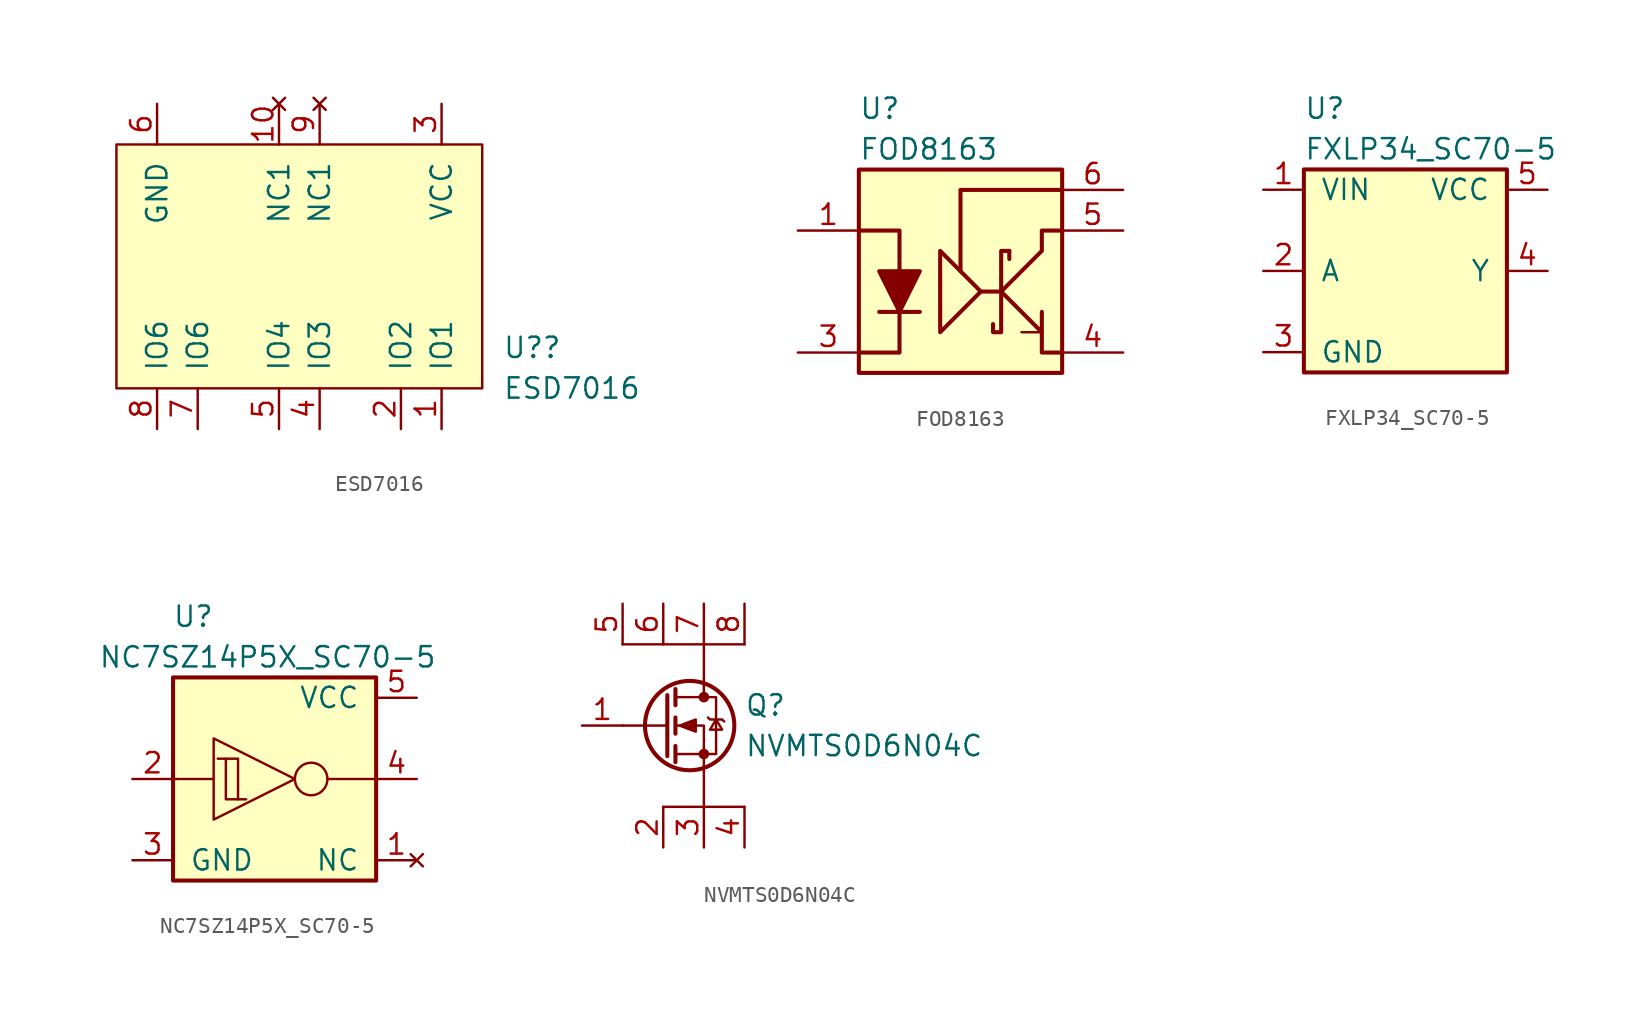
<source format=kicad_sym>
(kicad_symbol_lib
  (version 20211014)
  (generator kicad_symbol_editor)
  (symbol "ESD7016"
    (pin_names
      (offset 1.016))
    (property "Reference" "U?"
      (at 12.7 -5.08 0)
      (effects (font (size 1.27 1.27)) (justify left)))
    (property "Value" "ESD7016"
      (at 12.7 -7.62 0)
      (effects (font (size 1.27 1.27)) (justify left)))
    (symbol "ESD7016_0_1"
      (rectangle (start -11.43 7.62) (end 11.43 -7.62) (stroke (width 0) (type default)) (fill (type background)))
      (pin passive line (at 8.89 -10.16 90) (length 2.54) (name "IO1" (effects (font (size 1.27 1.27)))) (number "1" (effects (font (size 1.27 1.27)))))
      (pin no_connect line (at -1.27 10.16 270) (length 2.54) (name "NC1" (effects (font (size 1.27 1.27)))) (number "10" (effects (font (size 1.27 1.27)))))
      (pin passive line (at 6.35 -10.16 90) (length 2.54) (name "IO2" (effects (font (size 1.27 1.27)))) (number "2" (effects (font (size 1.27 1.27)))))
      (pin power_in line (at 8.89 10.16 270) (length 2.54) (name "VCC" (effects (font (size 1.27 1.27)))) (number "3" (effects (font (size 1.27 1.27)))))
      (pin passive line (at 1.27 -10.16 90) (length 2.54) (name "IO3" (effects (font (size 1.27 1.27)))) (number "4" (effects (font (size 1.27 1.27)))))
      (pin passive line (at -1.27 -10.16 90) (length 2.54) (name "IO4" (effects (font (size 1.27 1.27)))) (number "5" (effects (font (size 1.27 1.27)))))
      (pin power_in line (at -8.89 10.16 270) (length 2.54) (name "GND" (effects (font (size 1.27 1.27)))) (number "6" (effects (font (size 1.27 1.27)))))
      (pin no_connect line (at 1.27 10.16 270) (length 2.54) (name "NC1" (effects (font (size 1.27 1.27)))) (number "9" (effects (font (size 1.27 1.27))))))
    (symbol "ESD7016_1_1"
      (pin passive line (at -6.35 -10.16 90) (length 2.54) (name "IO6" (effects (font (size 1.27 1.27)))) (number "7" (effects (font (size 1.27 1.27)))))
      (pin passive line (at -8.89 -10.16 90) (length 2.54) (name "IO6" (effects (font (size 1.27 1.27)))) (number "8" (effects (font (size 1.27 1.27)))))))
  (symbol "FOD8163"
    (pin_names
      (offset 1.016) hide)
    (property "Reference" "U"
      (at -6.35 10.16 0)
      (effects (font (size 1.27 1.27)) (justify left)))
    (property "Value" "FOD8163"
      (at -6.35 7.62 0)
      (effects (font (size 1.27 1.27)) (justify left)))
    (symbol "FOD8163_0_1"
      (rectangle (start -6.35 6.35) (end 6.35 -6.35) (stroke (width 0.254) (type default)) (fill (type background)))
      (polyline (pts (xy -5.08 -2.54) (xy -2.54 -2.54)) (stroke (width 0.254) (type default)) (fill (type none)))
      (polyline (pts (xy 3.048 1.27) (xy 3.048 0.762)) (stroke (width 0.254) (type default)) (fill (type none)))
      (polyline (pts (xy 5.08 -3.81) (xy 3.81 -3.81)) (stroke (width 0) (type default)) (fill (type none)))
      (polyline (pts (xy -3.81 -2.54) (xy -3.81 -5.08) (xy -6.35 -5.08)) (stroke (width 0.254) (type default)) (fill (type none)))
      (polyline (pts (xy -3.81 0) (xy -3.81 2.54) (xy -6.35 2.54)) (stroke (width 0.254) (type default)) (fill (type none)))
      (polyline (pts (xy 2.54 -1.27) (xy 5.08 -3.81) (xy 5.08 -2.54)) (stroke (width 0.254) (type default)) (fill (type none)))
      (polyline (pts (xy 5.08 -3.81) (xy 5.08 -5.08) (xy 6.35 -5.08)) (stroke (width 0.254) (type default)) (fill (type none)))
      (polyline (pts (xy 6.35 5.08) (xy 0 5.08) (xy 0 0)) (stroke (width 0.254) (type default)) (fill (type none)))
      (polyline (pts (xy -5.08 0) (xy -2.54 0) (xy -3.81 -2.54) (xy -5.08 0)) (stroke (width 0.254) (type default)) (fill (type outline)))
      (polyline (pts (xy 2.54 -1.27) (xy 5.08 1.27) (xy 5.08 2.54) (xy 6.35 2.54)) (stroke (width 0.254) (type default)) (fill (type none)))
      (polyline (pts (xy 2.032 -3.302) (xy 2.032 -3.81) (xy 2.54 -3.81) (xy 2.54 1.27) (xy 3.048 1.27)) (stroke (width 0.254) (type default)) (fill (type none)))
      (polyline (pts (xy 2.54 -1.27) (xy 1.27 -1.27) (xy -1.27 1.27) (xy -1.27 -3.81) (xy 1.27 -1.27)) (stroke (width 0.254) (type default)) (fill (type none))))
    (symbol "FOD8163_1_1"
      (pin passive line (at -10.16 2.54 0) (length 3.81) (name "A" (effects (font (size 1.27 1.27)))) (number "1" (effects (font (size 1.27 1.27)))))
      (pin no_connect line (at -8.89 -1.27 0) (length 2.54) hide (name "NC" (effects (font (size 1.27 1.27)))) (number "2" (effects (font (size 1.27 1.27)))))
      (pin passive line (at -10.16 -5.08 0) (length 3.81) (name "K" (effects (font (size 1.27 1.27)))) (number "3" (effects (font (size 1.27 1.27)))))
      (pin passive line (at 10.16 -5.08 180) (length 3.81) (name "GND" (effects (font (size 1.27 1.27)))) (number "4" (effects (font (size 1.27 1.27)))))
      (pin passive line (at 10.16 2.54 180) (length 3.81) (name "~" (effects (font (size 1.27 1.27)))) (number "5" (effects (font (size 1.27 1.27)))))
      (pin power_in line (at 10.16 5.08 180) (length 3.81) (name "VCC" (effects (font (size 1.27 1.27)))) (number "6" (effects (font (size 1.27 1.27)))))))
  (symbol "FXLP34_SC70-5"
    (pin_names
      (offset 1.016))
    (property "Reference" "U"
      (at -6.35 10.16 0)
      (effects (font (size 1.27 1.27)) (justify left)))
    (property "Value" "FXLP34_SC70-5"
      (at -6.35 7.62 0)
      (effects (font (size 1.27 1.27)) (justify left)))
    (symbol "FXLP34_SC70-5_0_1"
      (rectangle (start -6.35 6.35) (end 6.35 -6.35) (stroke (width 0.254) (type default)) (fill (type background))))
    (symbol "FXLP34_SC70-5_1_1"
      (pin power_in line (at -8.89 5.08 0) (length 2.54) (name "VIN" (effects (font (size 1.27 1.27)))) (number "1" (effects (font (size 1.27 1.27)))))
      (pin input line (at -8.89 0 0) (length 2.54) (name "A" (effects (font (size 1.27 1.27)))) (number "2" (effects (font (size 1.27 1.27)))))
      (pin power_in line (at -8.89 -5.08 0) (length 2.54) (name "GND" (effects (font (size 1.27 1.27)))) (number "3" (effects (font (size 1.27 1.27)))))
      (pin output line (at 8.89 0 180) (length 2.54) (name "Y" (effects (font (size 1.27 1.27)))) (number "4" (effects (font (size 1.27 1.27)))))
      (pin power_in line (at 8.89 5.08 180) (length 2.54) (name "VCC" (effects (font (size 1.27 1.27)))) (number "5" (effects (font (size 1.27 1.27)))))))
  (symbol "NC7SZ14P5X_SC70-5"
    (pin_names
      (offset 1.016))
    (property "Reference" "U"
      (at -5.08 10.16 0)
      (effects (font (size 1.27 1.27))))
    (property "Value" "NC7SZ14P5X_SC70-5"
      (at 10.16 7.62 0)
      (effects (font (size 1.27 1.27)) (justify right)))
    (symbol "NC7SZ14P5X_SC70-5_0_1"
      (rectangle (start -6.35 6.35) (end 6.35 -6.35) (stroke (width 0.254) (type default)) (fill (type background)))
      (polyline (pts (xy 3.302 0) (xy 6.35 0)) (stroke (width 0) (type default)) (fill (type none)))
      (polyline (pts (xy -3.556 1.27) (xy -2.286 1.27) (xy -2.286 -1.27) (xy -1.778 -1.27)) (stroke (width 0) (type default)) (fill (type none)))
      (polyline (pts (xy -3.048 1.27) (xy -3.048 -1.27) (xy -2.794 -1.27) (xy -2.54 -1.27) (xy -2.286 -1.27)) (stroke (width 0) (type default)) (fill (type none)))
      (polyline (pts (xy -6.35 0) (xy -3.81 0) (xy -3.81 -2.54) (xy 1.27 0) (xy -3.81 2.54) (xy -3.81 0)) (stroke (width 0) (type default)) (fill (type none)))
      (circle (center 2.286 0) (radius 1.016) (stroke (width 0) (type default)) (fill (type none))))
    (symbol "NC7SZ14P5X_SC70-5_1_1"
      (pin no_connect line (at 8.89 -5.08 180) (length 2.54) (name "NC" (effects (font (size 1.27 1.27)))) (number "1" (effects (font (size 1.27 1.27)))))
      (pin input line (at -8.89 0 0) (length 2.54) (name "~" (effects (font (size 1.27 1.27)))) (number "2" (effects (font (size 1.27 1.27)))))
      (pin power_in line (at -8.89 -5.08 0) (length 2.54) (name "GND" (effects (font (size 1.27 1.27)))) (number "3" (effects (font (size 1.27 1.27)))))
      (pin output line (at 8.89 0 180) (length 2.54) (name "~" (effects (font (size 1.27 1.27)))) (number "4" (effects (font (size 1.27 1.27)))))
      (pin power_in line (at 8.89 5.08 180) (length 2.54) (name "VCC" (effects (font (size 1.27 1.27)))) (number "5" (effects (font (size 1.27 1.27)))))))
  (symbol "NVMTS0D6N04C"
    (pin_names
      (offset 0) hide)
    (property "Reference" "Q"
      (at 3.81 1.27 0)
      (effects (font (size 1.27 1.27)) (justify left)))
    (property "Value" "NVMTS0D6N04C"
      (at 3.81 -1.27 0)
      (effects (font (size 1.27 1.27)) (justify left)))
    (symbol "NVMTS0D6N04C_0_1"
      (polyline (pts (xy -1.016 0) (xy -3.81 0)) (stroke (width 0) (type default)) (fill (type none)))
      (polyline (pts (xy -1.016 1.905) (xy -1.016 -1.905)) (stroke (width 0.254) (type default)) (fill (type none)))
      (polyline (pts (xy -0.508 -1.27) (xy -0.508 -2.286)) (stroke (width 0.254) (type default)) (fill (type none)))
      (polyline (pts (xy -0.508 0.508) (xy -0.508 -0.508)) (stroke (width 0.254) (type default)) (fill (type none)))
      (polyline (pts (xy -0.508 2.286) (xy -0.508 1.27)) (stroke (width 0.254) (type default)) (fill (type none)))
      (polyline (pts (xy 1.27 -5.08) (xy 3.81 -5.08)) (stroke (width 0) (type default)) (fill (type none)))
      (polyline (pts (xy 1.27 2.54) (xy 1.27 1.778)) (stroke (width 0) (type default)) (fill (type none)))
      (polyline (pts (xy 1.27 5.08) (xy 3.81 5.08)) (stroke (width 0) (type default)) (fill (type none)))
      (polyline (pts (xy 1.27 -2.54) (xy 1.27 -5.08) (xy -1.27 -5.08)) (stroke (width 0) (type default)) (fill (type none)))
      (polyline (pts (xy 1.27 -2.54) (xy 1.27 0) (xy -0.508 0)) (stroke (width 0) (type default)) (fill (type none)))
      (polyline (pts (xy 1.27 2.54) (xy 1.27 5.08) (xy -3.81 5.08)) (stroke (width 0) (type default)) (fill (type none)))
      (polyline (pts (xy -0.508 -1.778) (xy 2.032 -1.778) (xy 2.032 1.778) (xy -0.508 1.778)) (stroke (width 0) (type default)) (fill (type none)))
      (polyline (pts (xy -0.254 0) (xy 0.762 0.381) (xy 0.762 -0.381) (xy -0.254 0)) (stroke (width 0) (type default)) (fill (type outline)))
      (polyline (pts (xy 1.524 0.508) (xy 1.651 0.381) (xy 2.413 0.381) (xy 2.54 0.254)) (stroke (width 0) (type default)) (fill (type none)))
      (polyline (pts (xy 2.032 0.381) (xy 1.651 -0.254) (xy 2.413 -0.254) (xy 2.032 0.381)) (stroke (width 0) (type default)) (fill (type none)))
      (circle (center 0.381 0) (radius 2.794) (stroke (width 0.254) (type default)) (fill (type none)))
      (circle (center 1.27 -1.778) (radius 0.254) (stroke (width 0) (type default)) (fill (type outline)))
      (circle (center 1.27 1.778) (radius 0.254) (stroke (width 0) (type default)) (fill (type outline))))
    (symbol "NVMTS0D6N04C_1_1"
      (pin input line (at -6.35 0 0) (length 2.54) (name "G" (effects (font (size 1.27 1.27)))) (number "1" (effects (font (size 1.27 1.27)))))
      (pin passive line (at -1.27 -7.62 90) (length 2.54) (name "S" (effects (font (size 1.27 1.27)))) (number "2" (effects (font (size 1.27 1.27)))))
      (pin passive line (at 1.27 -7.62 90) (length 2.54) (name "S" (effects (font (size 1.27 1.27)))) (number "3" (effects (font (size 1.27 1.27)))))
      (pin passive line (at 3.81 -7.62 90) (length 2.54) (name "S" (effects (font (size 1.27 1.27)))) (number "4" (effects (font (size 1.27 1.27)))))
      (pin passive line (at -3.81 7.62 270) (length 2.54) (name "D" (effects (font (size 1.27 1.27)))) (number "5" (effects (font (size 1.27 1.27)))))
      (pin passive line (at -1.27 7.62 270) (length 2.54) (name "D" (effects (font (size 1.27 1.27)))) (number "6" (effects (font (size 1.27 1.27)))))
      (pin passive line (at 1.27 7.62 270) (length 2.54) (name "D" (effects (font (size 1.27 1.27)))) (number "7" (effects (font (size 1.27 1.27)))))
      (pin passive line (at 3.81 7.62 270) (length 2.54) (name "D" (effects (font (size 1.27 1.27)))) (number "8" (effects (font (size 1.27 1.27))))))))
</source>
